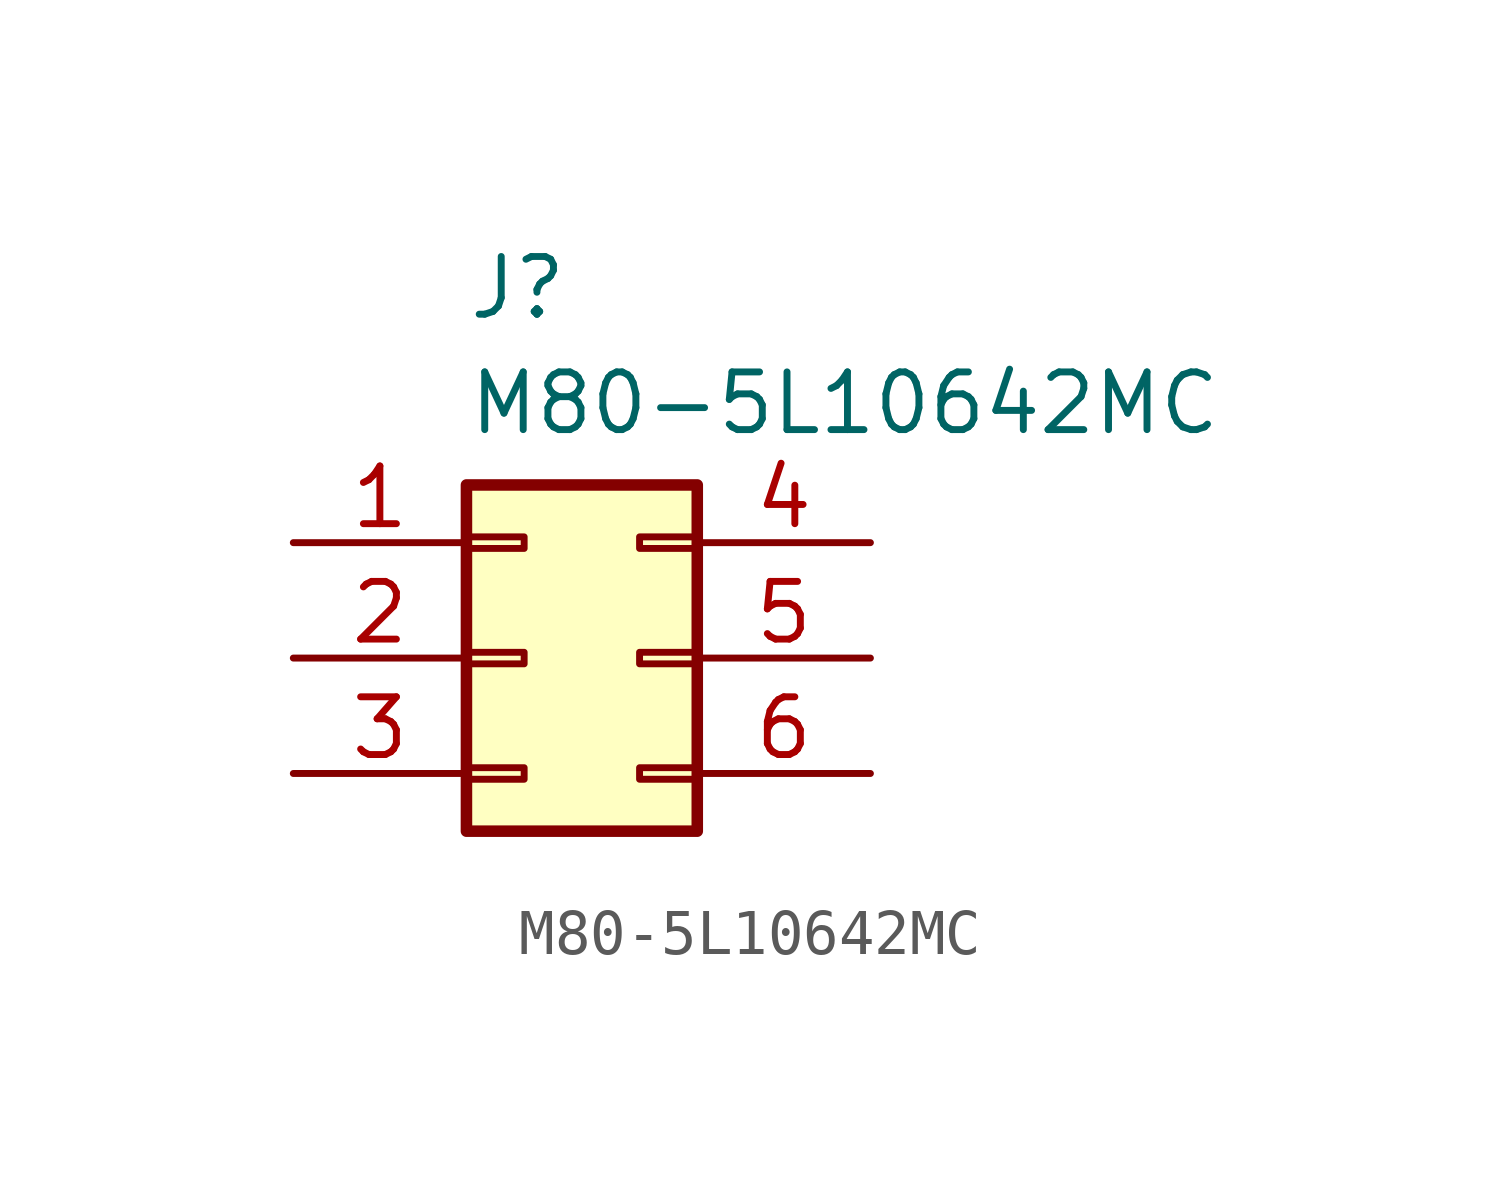
<source format=kicad_sym>
(kicad_symbol_lib
  (version 20220914)
  (generator kicad_symbol_editor)
  (symbol "M80-5L10642MC"
    (property "Reference" "J"
      (at -2.54 8.89 0)
      (effects (font (size 1.27 1.27)) (justify left top)))
    (property "Value" "M80-5L10642MC"
      (at -2.54 6.35 0)
      (effects (font (size 1.27 1.27)) (justify left top)))
    (symbol "M80-5L10642MC_1_1"
      (rectangle (start -2.54 -2.413) (end -1.27 -2.667) (stroke (width 0.152) (type default)) (fill (type none)))
      (rectangle (start -2.54 0.127) (end -1.27 -0.127) (stroke (width 0.152) (type default)) (fill (type none)))
      (rectangle (start -2.54 2.667) (end -1.27 2.413) (stroke (width 0.152) (type default)) (fill (type none)))
      (rectangle (start -2.54 3.81) (end 2.54 -3.81) (stroke (width 0.254) (type default)) (fill (type background)))
      (rectangle (start 2.54 -2.413) (end 1.27 -2.667) (stroke (width 0.152) (type default)) (fill (type none)))
      (rectangle (start 2.54 0.127) (end 1.27 -0.127) (stroke (width 0.152) (type default)) (fill (type none)))
      (rectangle (start 2.54 2.667) (end 1.27 2.413) (stroke (width 0.152) (type default)) (fill (type none)))
      (pin passive line (at -6.35 2.54 0) (length 3.81) (name "" (effects (font (size 1.27 1.27)))) (number "1" (effects (font (size 1.27 1.27)))))
      (pin passive line (at -6.35 0 0) (length 3.81) (name "" (effects (font (size 1.27 1.27)))) (number "2" (effects (font (size 1.27 1.27)))))
      (pin passive line (at -6.35 -2.54 0) (length 3.81) (name "" (effects (font (size 1.27 1.27)))) (number "3" (effects (font (size 1.27 1.27)))))
      (pin passive line (at 6.35 2.54 180) (length 3.81) (name "" (effects (font (size 1.27 1.27)))) (number "4" (effects (font (size 1.27 1.27)))))
      (pin passive line (at 6.35 0 180) (length 3.81) (name "" (effects (font (size 1.27 1.27)))) (number "5" (effects (font (size 1.27 1.27)))))
      (pin passive line (at 6.35 -2.54 180) (length 3.81) (name "" (effects (font (size 1.27 1.27)))) (number "6" (effects (font (size 1.27 1.27))))))))
</source>
